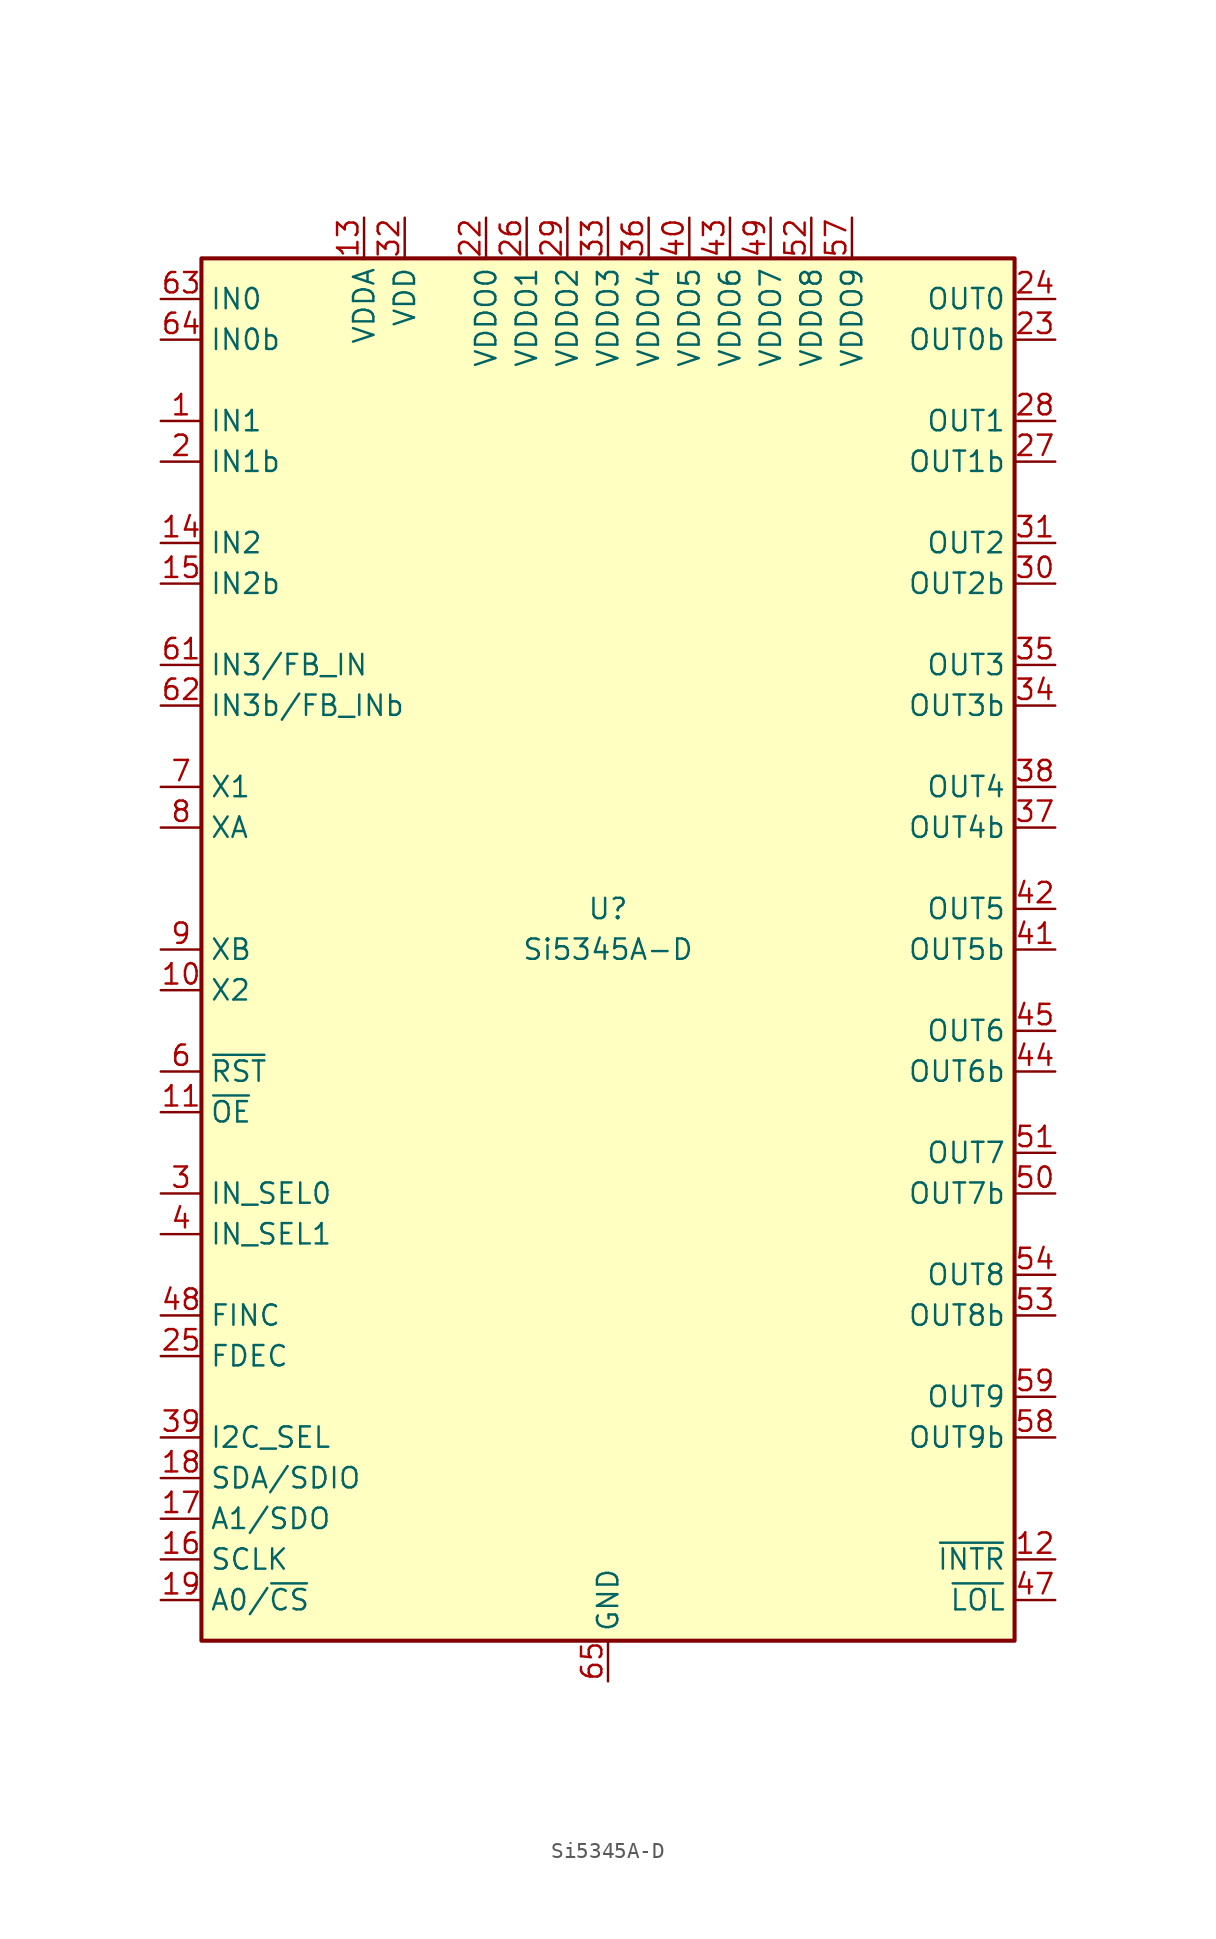
<source format=kicad_sym>
(kicad_symbol_lib
  (version 20201005)
  (generator kicad_symbol_editor)
  (symbol "Timer_PLL:Si5345A-D"
    (property "Reference" "U"
      (at 0 2.54 0)
      (effects (font (size 1.27 1.27))))
    (property "Value" "Si5345A-D"
      (at 0 0 0)
      (effects (font (size 1.27 1.27))))
    (symbol "Si5345A-D_0_1"
      (rectangle (start -25.4 43.18) (end 25.4 -43.18) (stroke (width 0.254)) (fill (type background))))
    (symbol "Si5345A-D_1_1"
      (pin input line (at -27.94 33.02 0) (length 2.54) (name "IN1" (effects (font (size 1.27 1.27)))) (number "1" (effects (font (size 1.27 1.27)))))
      (pin input line (at -27.94 -2.54 0) (length 2.54) (name "X2" (effects (font (size 1.27 1.27)))) (number "10" (effects (font (size 1.27 1.27)))))
      (pin input line (at -27.94 -10.16 0) (length 2.54) (name "~OE" (effects (font (size 1.27 1.27)))) (number "11" (effects (font (size 1.27 1.27)))))
      (pin output line (at 27.94 -38.1 180) (length 2.54) (name "~INTR" (effects (font (size 1.27 1.27)))) (number "12" (effects (font (size 1.27 1.27)))))
      (pin power_in line (at -15.24 45.72 270) (length 2.54) (name "VDDA" (effects (font (size 1.27 1.27)))) (number "13" (effects (font (size 1.27 1.27)))))
      (pin input line (at -27.94 25.4 0) (length 2.54) (name "IN2" (effects (font (size 1.27 1.27)))) (number "14" (effects (font (size 1.27 1.27)))))
      (pin input line (at -27.94 22.86 0) (length 2.54) (name "IN2b" (effects (font (size 1.27 1.27)))) (number "15" (effects (font (size 1.27 1.27)))))
      (pin input line (at -27.94 -38.1 0) (length 2.54) (name "SCLK" (effects (font (size 1.27 1.27)))) (number "16" (effects (font (size 1.27 1.27)))))
      (pin bidirectional line (at -27.94 -35.56 0) (length 2.54) (name "A1/SDO" (effects (font (size 1.27 1.27)))) (number "17" (effects (font (size 1.27 1.27)))))
      (pin bidirectional line (at -27.94 -33.02 0) (length 2.54) (name "SDA/SDIO" (effects (font (size 1.27 1.27)))) (number "18" (effects (font (size 1.27 1.27)))))
      (pin input line (at -27.94 -40.64 0) (length 2.54) (name "A0/~CS" (effects (font (size 1.27 1.27)))) (number "19" (effects (font (size 1.27 1.27)))))
      (pin input line (at -27.94 30.48 0) (length 2.54) (name "IN1b" (effects (font (size 1.27 1.27)))) (number "2" (effects (font (size 1.27 1.27)))))
      (pin no_connect line (at 25.4 27.94 180) (length 2.54) hide (name "NC" (effects (font (size 1.27 1.27)))) (number "20" (effects (font (size 1.27 1.27)))))
      (pin no_connect line (at 25.4 20.32 180) (length 2.54) hide (name "NC" (effects (font (size 1.27 1.27)))) (number "21" (effects (font (size 1.27 1.27)))))
      (pin power_in line (at -7.62 45.72 270) (length 2.54) (name "VDDO0" (effects (font (size 1.27 1.27)))) (number "22" (effects (font (size 1.27 1.27)))))
      (pin output line (at 27.94 38.1 180) (length 2.54) (name "OUT0b" (effects (font (size 1.27 1.27)))) (number "23" (effects (font (size 1.27 1.27)))))
      (pin output line (at 27.94 40.64 180) (length 2.54) (name "OUT0" (effects (font (size 1.27 1.27)))) (number "24" (effects (font (size 1.27 1.27)))))
      (pin input line (at -27.94 -25.4 0) (length 2.54) (name "FDEC" (effects (font (size 1.27 1.27)))) (number "25" (effects (font (size 1.27 1.27)))))
      (pin power_in line (at -5.08 45.72 270) (length 2.54) (name "VDDO1" (effects (font (size 1.27 1.27)))) (number "26" (effects (font (size 1.27 1.27)))))
      (pin output line (at 27.94 30.48 180) (length 2.54) (name "OUT1b" (effects (font (size 1.27 1.27)))) (number "27" (effects (font (size 1.27 1.27)))))
      (pin output line (at 27.94 33.02 180) (length 2.54) (name "OUT1" (effects (font (size 1.27 1.27)))) (number "28" (effects (font (size 1.27 1.27)))))
      (pin power_in line (at -2.54 45.72 270) (length 2.54) (name "VDDO2" (effects (font (size 1.27 1.27)))) (number "29" (effects (font (size 1.27 1.27)))))
      (pin input line (at -27.94 -15.24 0) (length 2.54) (name "IN_SEL0" (effects (font (size 1.27 1.27)))) (number "3" (effects (font (size 1.27 1.27)))))
      (pin output line (at 27.94 22.86 180) (length 2.54) (name "OUT2b" (effects (font (size 1.27 1.27)))) (number "30" (effects (font (size 1.27 1.27)))))
      (pin output line (at 27.94 25.4 180) (length 2.54) (name "OUT2" (effects (font (size 1.27 1.27)))) (number "31" (effects (font (size 1.27 1.27)))))
      (pin power_in line (at -12.7 45.72 270) (length 2.54) (name "VDD" (effects (font (size 1.27 1.27)))) (number "32" (effects (font (size 1.27 1.27)))))
      (pin power_in line (at 0 45.72 270) (length 2.54) (name "VDDO3" (effects (font (size 1.27 1.27)))) (number "33" (effects (font (size 1.27 1.27)))))
      (pin output line (at 27.94 15.24 180) (length 2.54) (name "OUT3b" (effects (font (size 1.27 1.27)))) (number "34" (effects (font (size 1.27 1.27)))))
      (pin output line (at 27.94 17.78 180) (length 2.54) (name "OUT3" (effects (font (size 1.27 1.27)))) (number "35" (effects (font (size 1.27 1.27)))))
      (pin power_in line (at 2.54 45.72 270) (length 2.54) (name "VDDO4" (effects (font (size 1.27 1.27)))) (number "36" (effects (font (size 1.27 1.27)))))
      (pin output line (at 27.94 7.62 180) (length 2.54) (name "OUT4b" (effects (font (size 1.27 1.27)))) (number "37" (effects (font (size 1.27 1.27)))))
      (pin output line (at 27.94 10.16 180) (length 2.54) (name "OUT4" (effects (font (size 1.27 1.27)))) (number "38" (effects (font (size 1.27 1.27)))))
      (pin input line (at -27.94 -30.48 0) (length 2.54) (name "I2C_SEL" (effects (font (size 1.27 1.27)))) (number "39" (effects (font (size 1.27 1.27)))))
      (pin input line (at -27.94 -17.78 0) (length 2.54) (name "IN_SEL1" (effects (font (size 1.27 1.27)))) (number "4" (effects (font (size 1.27 1.27)))))
      (pin power_in line (at 5.08 45.72 270) (length 2.54) (name "VDDO5" (effects (font (size 1.27 1.27)))) (number "40" (effects (font (size 1.27 1.27)))))
      (pin output line (at 27.94 0 180) (length 2.54) (name "OUT5b" (effects (font (size 1.27 1.27)))) (number "41" (effects (font (size 1.27 1.27)))))
      (pin output line (at 27.94 2.54 180) (length 2.54) (name "OUT5" (effects (font (size 1.27 1.27)))) (number "42" (effects (font (size 1.27 1.27)))))
      (pin power_in line (at 7.62 45.72 270) (length 2.54) (name "VDDO6" (effects (font (size 1.27 1.27)))) (number "43" (effects (font (size 1.27 1.27)))))
      (pin output line (at 27.94 -7.62 180) (length 2.54) (name "OUT6b" (effects (font (size 1.27 1.27)))) (number "44" (effects (font (size 1.27 1.27)))))
      (pin output line (at 27.94 -5.08 180) (length 2.54) (name "OUT6" (effects (font (size 1.27 1.27)))) (number "45" (effects (font (size 1.27 1.27)))))
      (pin passive line (at -12.7 45.72 270) (length 2.54) hide (name "VDD" (effects (font (size 1.27 1.27)))) (number "46" (effects (font (size 1.27 1.27)))))
      (pin output line (at 27.94 -40.64 180) (length 2.54) (name "~LOL" (effects (font (size 1.27 1.27)))) (number "47" (effects (font (size 1.27 1.27)))))
      (pin input line (at -27.94 -22.86 0) (length 2.54) (name "FINC" (effects (font (size 1.27 1.27)))) (number "48" (effects (font (size 1.27 1.27)))))
      (pin power_in line (at 10.16 45.72 270) (length 2.54) (name "VDDO7" (effects (font (size 1.27 1.27)))) (number "49" (effects (font (size 1.27 1.27)))))
      (pin no_connect line (at 25.4 35.56 180) (length 2.54) hide (name "NC" (effects (font (size 1.27 1.27)))) (number "5" (effects (font (size 1.27 1.27)))))
      (pin output line (at 27.94 -15.24 180) (length 2.54) (name "OUT7b" (effects (font (size 1.27 1.27)))) (number "50" (effects (font (size 1.27 1.27)))))
      (pin output line (at 27.94 -12.7 180) (length 2.54) (name "OUT7" (effects (font (size 1.27 1.27)))) (number "51" (effects (font (size 1.27 1.27)))))
      (pin power_in line (at 12.7 45.72 270) (length 2.54) (name "VDDO8" (effects (font (size 1.27 1.27)))) (number "52" (effects (font (size 1.27 1.27)))))
      (pin output line (at 27.94 -22.86 180) (length 2.54) (name "OUT8b" (effects (font (size 1.27 1.27)))) (number "53" (effects (font (size 1.27 1.27)))))
      (pin output line (at 27.94 -20.32 180) (length 2.54) (name "OUT8" (effects (font (size 1.27 1.27)))) (number "54" (effects (font (size 1.27 1.27)))))
      (pin no_connect line (at 25.4 12.7 180) (length 2.54) hide (name "NC" (effects (font (size 1.27 1.27)))) (number "55" (effects (font (size 1.27 1.27)))))
      (pin no_connect line (at 25.4 5.08 180) (length 2.54) hide (name "NC" (effects (font (size 1.27 1.27)))) (number "56" (effects (font (size 1.27 1.27)))))
      (pin power_in line (at 15.24 45.72 270) (length 2.54) (name "VDDO9" (effects (font (size 1.27 1.27)))) (number "57" (effects (font (size 1.27 1.27)))))
      (pin output line (at 27.94 -30.48 180) (length 2.54) (name "OUT9b" (effects (font (size 1.27 1.27)))) (number "58" (effects (font (size 1.27 1.27)))))
      (pin output line (at 27.94 -27.94 180) (length 2.54) (name "OUT9" (effects (font (size 1.27 1.27)))) (number "59" (effects (font (size 1.27 1.27)))))
      (pin input line (at -27.94 -7.62 0) (length 2.54) (name "~RST" (effects (font (size 1.27 1.27)))) (number "6" (effects (font (size 1.27 1.27)))))
      (pin passive line (at -12.7 45.72 270) (length 2.54) hide (name "VDD" (effects (font (size 1.27 1.27)))) (number "60" (effects (font (size 1.27 1.27)))))
      (pin input line (at -27.94 17.78 0) (length 2.54) (name "IN3/FB_IN" (effects (font (size 1.27 1.27)))) (number "61" (effects (font (size 1.27 1.27)))))
      (pin input line (at -27.94 15.24 0) (length 2.54) (name "IN3b/FB_INb" (effects (font (size 1.27 1.27)))) (number "62" (effects (font (size 1.27 1.27)))))
      (pin input line (at -27.94 40.64 0) (length 2.54) (name "IN0" (effects (font (size 1.27 1.27)))) (number "63" (effects (font (size 1.27 1.27)))))
      (pin input line (at -27.94 38.1 0) (length 2.54) (name "IN0b" (effects (font (size 1.27 1.27)))) (number "64" (effects (font (size 1.27 1.27)))))
      (pin power_in line (at 0 -45.72 90) (length 2.54) (name "GND" (effects (font (size 1.27 1.27)))) (number "65" (effects (font (size 1.27 1.27)))))
      (pin input line (at -27.94 10.16 0) (length 2.54) (name "X1" (effects (font (size 1.27 1.27)))) (number "7" (effects (font (size 1.27 1.27)))))
      (pin input line (at -27.94 7.62 0) (length 2.54) (name "XA" (effects (font (size 1.27 1.27)))) (number "8" (effects (font (size 1.27 1.27)))))
      (pin input line (at -27.94 0 0) (length 2.54) (name "XB" (effects (font (size 1.27 1.27)))) (number "9" (effects (font (size 1.27 1.27))))))))
</source>
